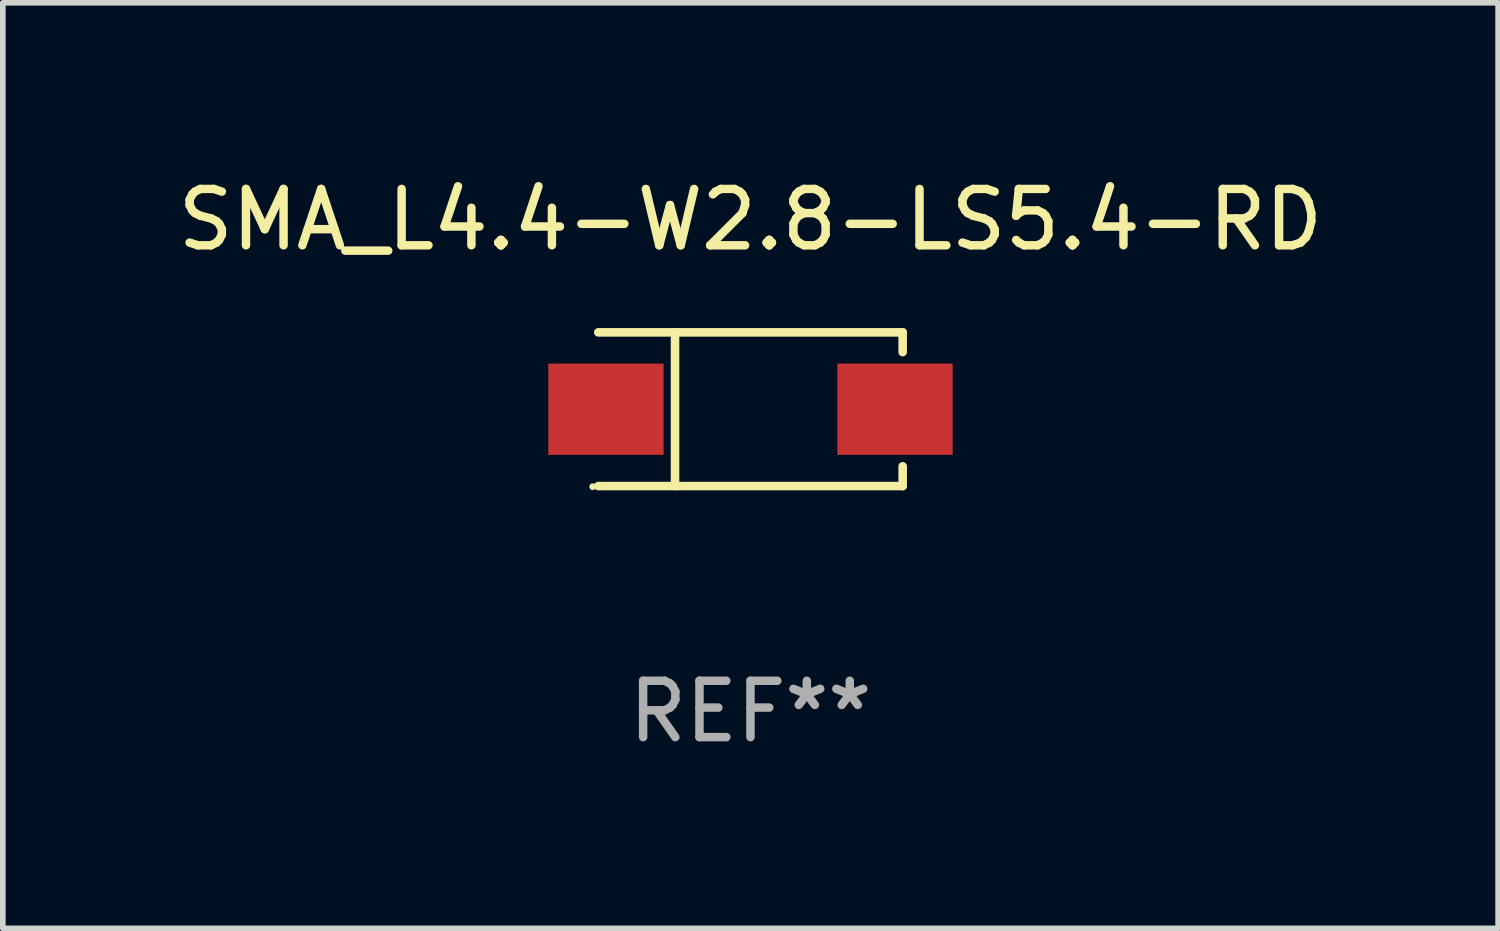
<source format=kicad_pcb>
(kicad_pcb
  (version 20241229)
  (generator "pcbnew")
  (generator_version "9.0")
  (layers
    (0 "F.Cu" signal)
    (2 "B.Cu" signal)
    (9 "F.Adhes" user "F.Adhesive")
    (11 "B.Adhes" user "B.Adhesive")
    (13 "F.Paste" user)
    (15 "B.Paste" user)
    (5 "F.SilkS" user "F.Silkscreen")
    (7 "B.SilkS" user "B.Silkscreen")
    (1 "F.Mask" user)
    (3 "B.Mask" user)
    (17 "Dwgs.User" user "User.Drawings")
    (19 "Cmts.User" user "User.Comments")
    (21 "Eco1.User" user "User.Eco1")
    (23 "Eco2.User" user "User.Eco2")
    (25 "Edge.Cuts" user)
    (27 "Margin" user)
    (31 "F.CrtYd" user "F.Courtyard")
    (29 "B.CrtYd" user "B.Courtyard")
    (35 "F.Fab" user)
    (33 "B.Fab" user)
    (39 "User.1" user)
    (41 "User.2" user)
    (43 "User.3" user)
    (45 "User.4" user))
  (footprint "SMA_L4.4-W2.8-LS5.4-RD"
    (layer "F.Cu")
    (at 10.268 4.212)
    (property "Reference" "SMA_L4.4-W2.8-LS5.4-RD" (at 0 -3.364 0) (layer "F.SilkS") (effects (font (size 1 1) (thickness 0.15))))
    (attr through_hole)
    (fp_line (start -2.701 -1.364) (end 2.701 -1.364) (stroke (width 0.152) (type solid)) (layer "F.SilkS"))
    (fp_line (start -2.701 1.364) (end 2.701 1.364) (stroke (width 0.152) (type solid)) (layer "F.SilkS"))
    (fp_line (start -1.339 -1.364) (end -1.339 1.364) (stroke (width 0.152) (type solid)) (layer "F.SilkS"))
    (fp_line (start 2.701 -1.364) (end 2.701 -1.013) (stroke (width 0.152) (type solid)) (layer "F.SilkS"))
    (fp_line (start 2.701 1.364) (end 2.701 1.013) (stroke (width 0.152) (type solid)) (layer "F.SilkS"))
    (fp_circle (center -2.8 1.375) (end -2.77 1.375) (stroke (width 0.06) (type solid)) (fill no) (layer "F.SilkS"))
    (fp_text user "REF**" (at 0 5.364 0) (layer "F.Fab") (effects (font (size 1 1) (thickness 0.15))))
    (pad "1" smd rect (at -2.565 -0.000025) (size 2.046 1.62) (layers "F.Cu" "F.Mask" "F.Paste"))
    (pad "2" smd rect (at 2.565 -0.000025) (size 2.046 1.62) (layers "F.Cu" "F.Mask" "F.Paste")))
  (gr_rect
    (start -3 -3)
    (end 23.536 13.424)
    (stroke (width 0.1) (type default))
    (fill no)
    (layer "Edge.Cuts")))
</source>
